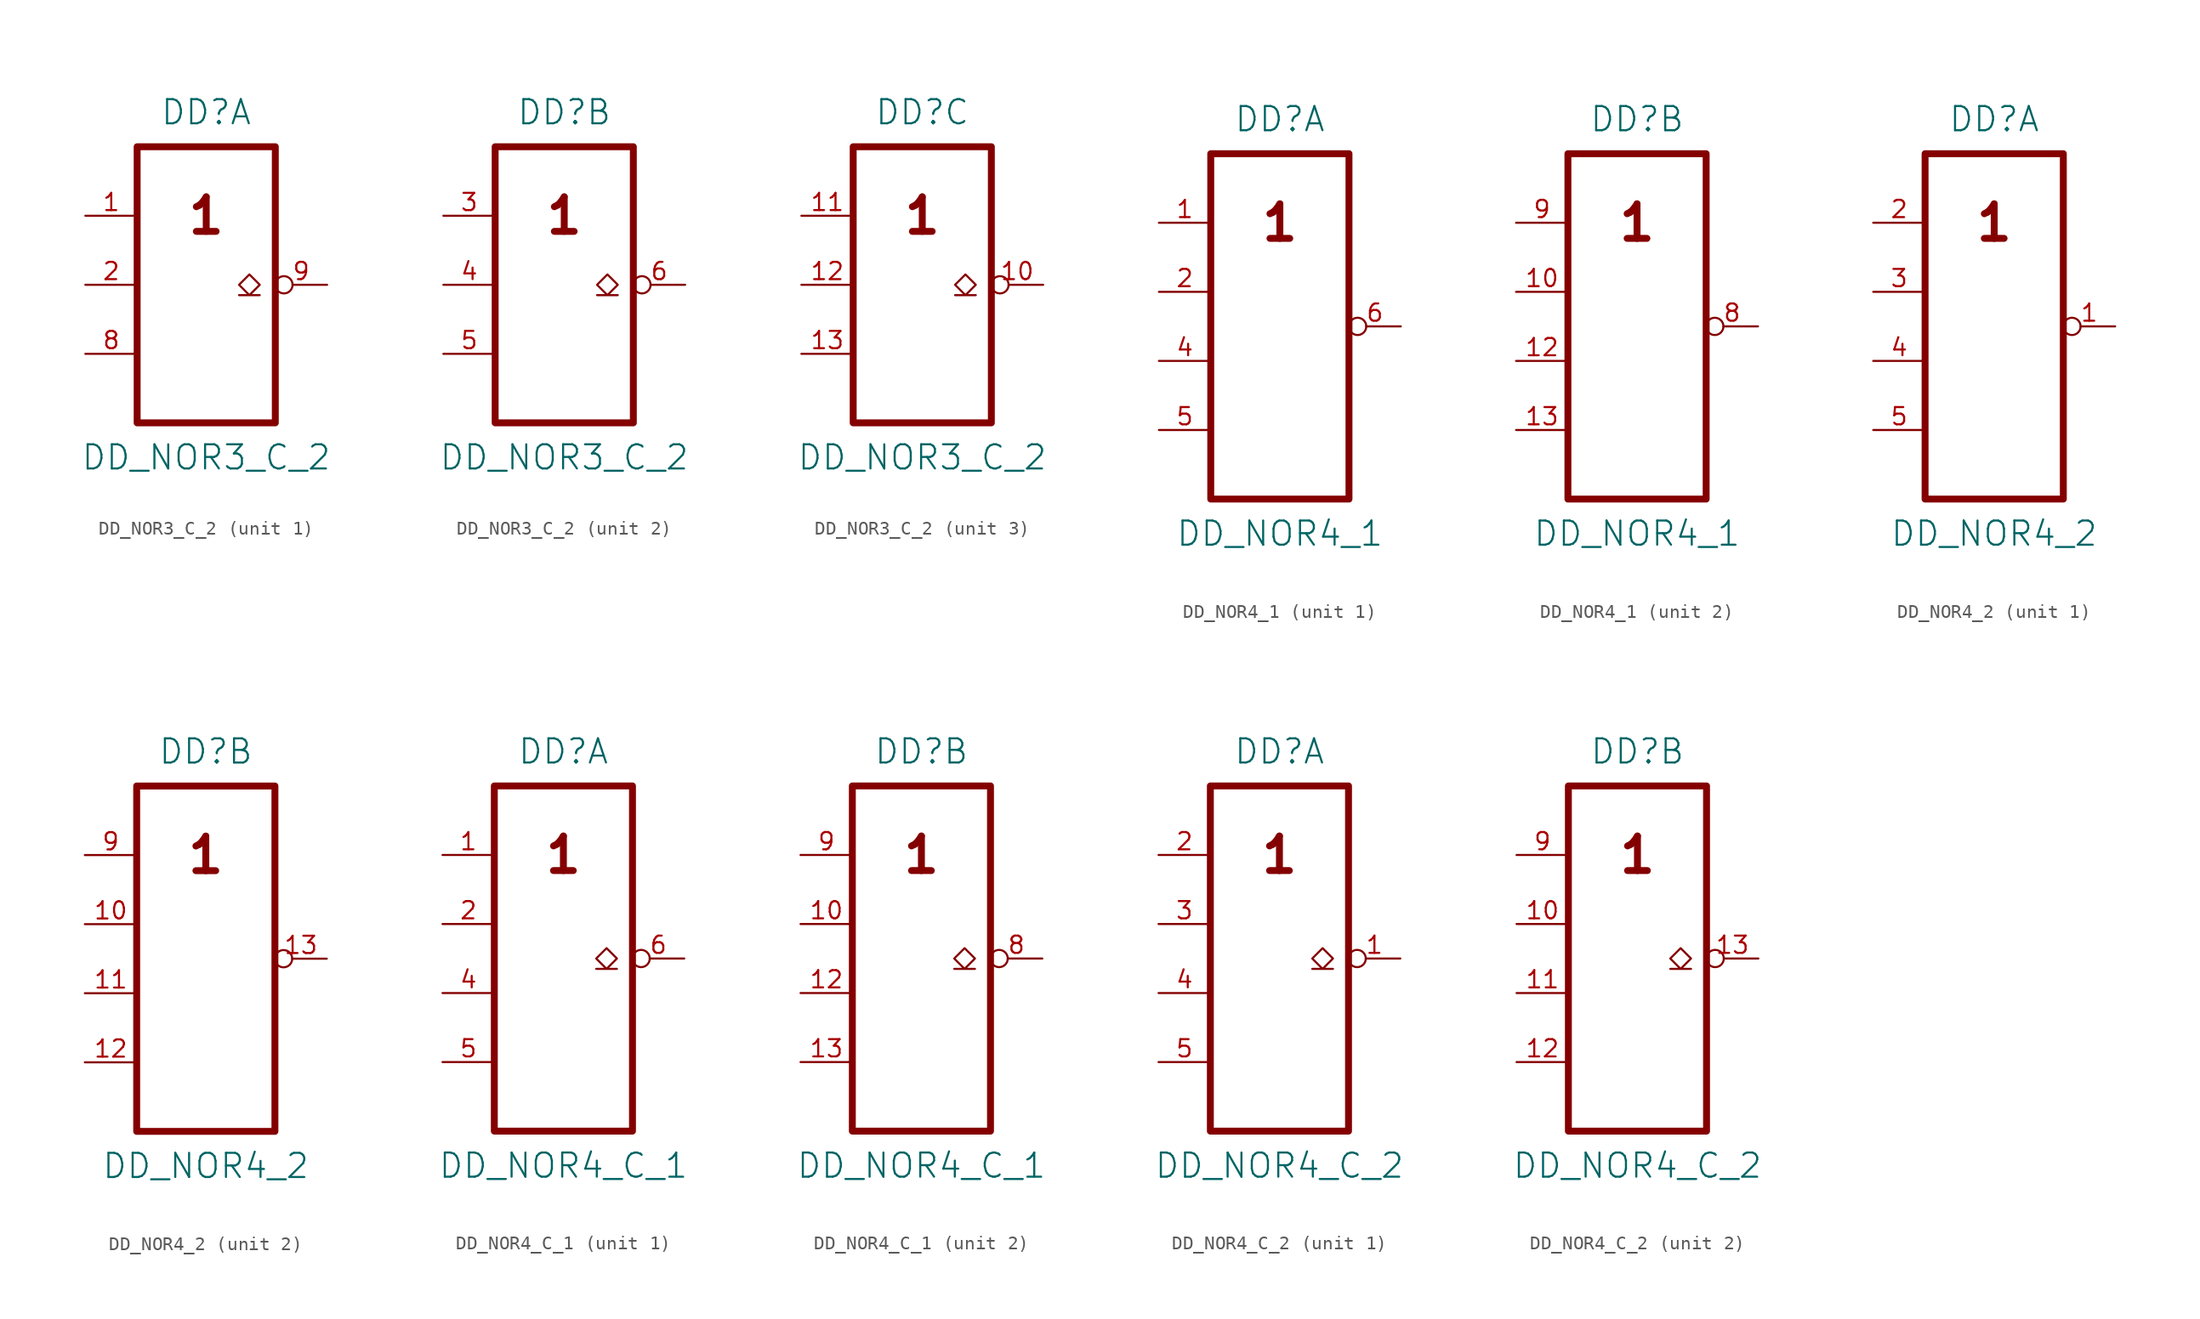
<source format=kicad_sym>
(kicad_symbol_lib
  (version 20211014)
  (generator kicad_symbol_editor)
  (symbol "DD_NOR3_C_2"
    (pin_names
      (offset 1.27))
    (property "Reference" "DD"
      (at 0 12.7 0)
      (effects (font (size 1.778 1.778))))
    (property "Value" "DD_NOR3_C_2"
      (at 0 -12.7 0)
      (effects (font (size 1.778 1.778))))
    (symbol "DD_NOR3_C_2_0_0"
      (text "1" (at 0 5.08 0) (effects (font (size 2.54 2.54) bold))))
    (symbol "DD_NOR3_C_2_0_1"
      (rectangle (start -5.08 10.16) (end 5.08 -10.16) (stroke (width 0.508) (type default) (color 0 0 0 0)) (fill (type none)))
      (polyline (pts (xy 2.413 -0.762) (xy 3.175 -0.762) (xy 2.413 0) (xy 3.175 0.762) (xy 3.937 0) (xy 3.175 -0.762) (xy 3.937 -0.762)) (stroke (width 0) (type default) (color 0 0 0 0)) (fill (type none)))
      (pin power_in non_logic (at 8.89 7.62 180) (length 3.81) hide (name "VCC" (effects (font (size 1.27 1.27)))) (number "14" (effects (font (size 1.27 1.27)))))
      (pin power_in non_logic (at 8.89 -7.62 180) (length 3.81) hide (name "GND" (effects (font (size 1.27 1.27)))) (number "7" (effects (font (size 1.27 1.27))))))
    (symbol "DD_NOR3_C_2_1_1"
      (pin input line (at -8.89 5.08 0) (length 3.81) (name "~" (effects (font (size 1.778 1.778)))) (number "1" (effects (font (size 1.27 1.27)))))
      (pin input line (at -8.89 0 0) (length 3.81) (name "~" (effects (font (size 1.778 1.778)))) (number "2" (effects (font (size 1.27 1.27)))))
      (pin input line (at -8.89 -5.08 0) (length 3.81) (name "~" (effects (font (size 1.778 1.778)))) (number "8" (effects (font (size 1.27 1.27)))))
      (pin output inverted (at 8.89 0 180) (length 3.81) (name "~" (effects (font (size 1.778 1.778)))) (number "9" (effects (font (size 1.27 1.27))))))
    (symbol "DD_NOR3_C_2_2_1"
      (pin input line (at -8.89 5.08 0) (length 3.81) (name "~" (effects (font (size 1.778 1.778)))) (number "3" (effects (font (size 1.27 1.27)))))
      (pin input line (at -8.89 0 0) (length 3.81) (name "~" (effects (font (size 1.778 1.778)))) (number "4" (effects (font (size 1.27 1.27)))))
      (pin input line (at -8.89 -5.08 0) (length 3.81) (name "~" (effects (font (size 1.778 1.778)))) (number "5" (effects (font (size 1.27 1.27)))))
      (pin output inverted (at 8.89 0 180) (length 3.81) (name "~" (effects (font (size 1.778 1.778)))) (number "6" (effects (font (size 1.27 1.27))))))
    (symbol "DD_NOR3_C_2_3_1"
      (pin output inverted (at 8.89 0 180) (length 3.81) (name "~" (effects (font (size 1.778 1.778)))) (number "10" (effects (font (size 1.27 1.27)))))
      (pin input line (at -8.89 5.08 0) (length 3.81) (name "~" (effects (font (size 1.778 1.778)))) (number "11" (effects (font (size 1.27 1.27)))))
      (pin input line (at -8.89 0 0) (length 3.81) (name "~" (effects (font (size 1.778 1.778)))) (number "12" (effects (font (size 1.27 1.27)))))
      (pin input line (at -8.89 -5.08 0) (length 3.81) (name "~" (effects (font (size 1.778 1.778)))) (number "13" (effects (font (size 1.27 1.27)))))))
  (symbol "DD_NOR4_1"
    (pin_names
      (offset 1.27))
    (property "Reference" "DD"
      (at 0 15.24 0)
      (effects (font (size 1.778 1.778))))
    (property "Value" "DD_NOR4_1"
      (at 0 -15.24 0)
      (effects (font (size 1.778 1.778))))
    (symbol "DD_NOR4_1_0_0"
      (text "1" (at 0 7.62 0) (effects (font (size 2.54 2.54) bold))))
    (symbol "DD_NOR4_1_0_1"
      (rectangle (start -5.08 12.7) (end 5.08 -12.7) (stroke (width 0.508) (type default) (color 0 0 0 0)) (fill (type none)))
      (pin power_in non_logic (at 8.89 10.16 180) (length 3.81) hide (name "VCC" (effects (font (size 1.27 1.27)))) (number "14" (effects (font (size 1.27 1.27)))))
      (pin power_in non_logic (at 8.89 -10.16 180) (length 3.81) hide (name "GND" (effects (font (size 1.27 1.27)))) (number "7" (effects (font (size 1.27 1.27))))))
    (symbol "DD_NOR4_1_1_1"
      (pin input line (at -8.89 7.62 0) (length 3.81) (name "~" (effects (font (size 1.778 1.778)))) (number "1" (effects (font (size 1.27 1.27)))))
      (pin input line (at -8.89 2.54 0) (length 3.81) (name "~" (effects (font (size 1.778 1.778)))) (number "2" (effects (font (size 1.27 1.27)))))
      (pin input line (at -8.89 -2.54 0) (length 3.81) (name "~" (effects (font (size 1.778 1.778)))) (number "4" (effects (font (size 1.27 1.27)))))
      (pin input line (at -8.89 -7.62 0) (length 3.81) (name "~" (effects (font (size 1.778 1.778)))) (number "5" (effects (font (size 1.27 1.27)))))
      (pin output inverted (at 8.89 0 180) (length 3.81) (name "~" (effects (font (size 1.778 1.778)))) (number "6" (effects (font (size 1.27 1.27))))))
    (symbol "DD_NOR4_1_2_1"
      (pin input line (at -8.89 2.54 0) (length 3.81) (name "~" (effects (font (size 1.778 1.778)))) (number "10" (effects (font (size 1.27 1.27)))))
      (pin input line (at -8.89 -2.54 0) (length 3.81) (name "~" (effects (font (size 1.778 1.778)))) (number "12" (effects (font (size 1.27 1.27)))))
      (pin input line (at -8.89 -7.62 0) (length 3.81) (name "~" (effects (font (size 1.778 1.778)))) (number "13" (effects (font (size 1.27 1.27)))))
      (pin output inverted (at 8.89 0 180) (length 3.81) (name "~" (effects (font (size 1.778 1.778)))) (number "8" (effects (font (size 1.27 1.27)))))
      (pin input line (at -8.89 7.62 0) (length 3.81) (name "~" (effects (font (size 1.778 1.778)))) (number "9" (effects (font (size 1.27 1.27)))))))
  (symbol "DD_NOR4_2"
    (pin_names
      (offset 1.27))
    (property "Reference" "DD"
      (at 0 15.24 0)
      (effects (font (size 1.778 1.778))))
    (property "Value" "DD_NOR4_2"
      (at 0 -15.24 0)
      (effects (font (size 1.778 1.778))))
    (symbol "DD_NOR4_2_0_0"
      (text "1" (at 0 7.62 0) (effects (font (size 2.54 2.54) bold))))
    (symbol "DD_NOR4_2_0_1"
      (rectangle (start -5.08 12.7) (end 5.08 -12.7) (stroke (width 0.508) (type default) (color 0 0 0 0)) (fill (type none)))
      (pin power_in non_logic (at 8.89 10.16 180) (length 3.81) hide (name "VCC" (effects (font (size 1.27 1.27)))) (number "14" (effects (font (size 1.27 1.27)))))
      (pin power_in non_logic (at 8.89 -10.16 180) (length 3.81) hide (name "GND" (effects (font (size 1.27 1.27)))) (number "7" (effects (font (size 1.27 1.27))))))
    (symbol "DD_NOR4_2_1_1"
      (pin output inverted (at 8.89 0 180) (length 3.81) (name "~" (effects (font (size 1.778 1.778)))) (number "1" (effects (font (size 1.27 1.27)))))
      (pin input line (at -8.89 7.62 0) (length 3.81) (name "~" (effects (font (size 1.778 1.778)))) (number "2" (effects (font (size 1.27 1.27)))))
      (pin input line (at -8.89 2.54 0) (length 3.81) (name "~" (effects (font (size 1.778 1.778)))) (number "3" (effects (font (size 1.27 1.27)))))
      (pin input line (at -8.89 -2.54 0) (length 3.81) (name "~" (effects (font (size 1.778 1.778)))) (number "4" (effects (font (size 1.27 1.27)))))
      (pin input line (at -8.89 -7.62 0) (length 3.81) (name "~" (effects (font (size 1.778 1.778)))) (number "5" (effects (font (size 1.27 1.27))))))
    (symbol "DD_NOR4_2_2_1"
      (pin input line (at -8.89 2.54 0) (length 3.81) (name "~" (effects (font (size 1.778 1.778)))) (number "10" (effects (font (size 1.27 1.27)))))
      (pin input line (at -8.89 -2.54 0) (length 3.81) (name "~" (effects (font (size 1.778 1.778)))) (number "11" (effects (font (size 1.27 1.27)))))
      (pin input line (at -8.89 -7.62 0) (length 3.81) (name "~" (effects (font (size 1.778 1.778)))) (number "12" (effects (font (size 1.27 1.27)))))
      (pin output inverted (at 8.89 0 180) (length 3.81) (name "~" (effects (font (size 1.778 1.778)))) (number "13" (effects (font (size 1.27 1.27)))))
      (pin input line (at -8.89 7.62 0) (length 3.81) (name "~" (effects (font (size 1.778 1.778)))) (number "9" (effects (font (size 1.27 1.27)))))))
  (symbol "DD_NOR4_C_1"
    (pin_names
      (offset 1.27))
    (property "Reference" "DD"
      (at 0 15.24 0)
      (effects (font (size 1.778 1.778))))
    (property "Value" "DD_NOR4_C_1"
      (at 0 -15.24 0)
      (effects (font (size 1.778 1.778))))
    (symbol "DD_NOR4_C_1_0_0"
      (text "1" (at 0 7.62 0) (effects (font (size 2.54 2.54) bold))))
    (symbol "DD_NOR4_C_1_0_1"
      (rectangle (start -5.08 12.7) (end 5.08 -12.7) (stroke (width 0.508) (type default) (color 0 0 0 0)) (fill (type none)))
      (polyline (pts (xy 2.413 -0.762) (xy 3.175 -0.762) (xy 2.413 0) (xy 3.175 0.762) (xy 3.937 0) (xy 3.175 -0.762) (xy 3.937 -0.762)) (stroke (width 0) (type default) (color 0 0 0 0)) (fill (type none)))
      (pin power_in non_logic (at 8.89 10.16 180) (length 3.81) hide (name "VCC" (effects (font (size 1.27 1.27)))) (number "14" (effects (font (size 1.27 1.27)))))
      (pin power_in non_logic (at 8.89 -10.16 180) (length 3.81) hide (name "GND" (effects (font (size 1.27 1.27)))) (number "7" (effects (font (size 1.27 1.27))))))
    (symbol "DD_NOR4_C_1_1_1"
      (pin input line (at -8.89 7.62 0) (length 3.81) (name "~" (effects (font (size 1.778 1.778)))) (number "1" (effects (font (size 1.27 1.27)))))
      (pin input line (at -8.89 2.54 0) (length 3.81) (name "~" (effects (font (size 1.778 1.778)))) (number "2" (effects (font (size 1.27 1.27)))))
      (pin input line (at -8.89 -2.54 0) (length 3.81) (name "~" (effects (font (size 1.778 1.778)))) (number "4" (effects (font (size 1.27 1.27)))))
      (pin input line (at -8.89 -7.62 0) (length 3.81) (name "~" (effects (font (size 1.778 1.778)))) (number "5" (effects (font (size 1.27 1.27)))))
      (pin output inverted (at 8.89 0 180) (length 3.81) (name "~" (effects (font (size 1.778 1.778)))) (number "6" (effects (font (size 1.27 1.27))))))
    (symbol "DD_NOR4_C_1_2_1"
      (pin input line (at -8.89 2.54 0) (length 3.81) (name "~" (effects (font (size 1.778 1.778)))) (number "10" (effects (font (size 1.27 1.27)))))
      (pin input line (at -8.89 -2.54 0) (length 3.81) (name "~" (effects (font (size 1.778 1.778)))) (number "12" (effects (font (size 1.27 1.27)))))
      (pin input line (at -8.89 -7.62 0) (length 3.81) (name "~" (effects (font (size 1.778 1.778)))) (number "13" (effects (font (size 1.27 1.27)))))
      (pin output inverted (at 8.89 0 180) (length 3.81) (name "~" (effects (font (size 1.778 1.778)))) (number "8" (effects (font (size 1.27 1.27)))))
      (pin input line (at -8.89 7.62 0) (length 3.81) (name "~" (effects (font (size 1.778 1.778)))) (number "9" (effects (font (size 1.27 1.27)))))))
  (symbol "DD_NOR4_C_2"
    (pin_names
      (offset 1.27))
    (property "Reference" "DD"
      (at 0 15.24 0)
      (effects (font (size 1.778 1.778))))
    (property "Value" "DD_NOR4_C_2"
      (at 0 -15.24 0)
      (effects (font (size 1.778 1.778))))
    (symbol "DD_NOR4_C_2_0_0"
      (text "1" (at 0 7.62 0) (effects (font (size 2.54 2.54) bold))))
    (symbol "DD_NOR4_C_2_0_1"
      (rectangle (start -5.08 12.7) (end 5.08 -12.7) (stroke (width 0.508) (type default) (color 0 0 0 0)) (fill (type none)))
      (polyline (pts (xy 2.413 -0.762) (xy 3.175 -0.762) (xy 2.413 0) (xy 3.175 0.762) (xy 3.937 0) (xy 3.175 -0.762) (xy 3.937 -0.762)) (stroke (width 0) (type default) (color 0 0 0 0)) (fill (type none)))
      (pin power_in non_logic (at 8.89 10.16 180) (length 3.81) hide (name "VCC" (effects (font (size 1.27 1.27)))) (number "14" (effects (font (size 1.27 1.27)))))
      (pin power_in non_logic (at 8.89 -10.16 180) (length 3.81) hide (name "GND" (effects (font (size 1.27 1.27)))) (number "7" (effects (font (size 1.27 1.27))))))
    (symbol "DD_NOR4_C_2_1_1"
      (pin output inverted (at 8.89 0 180) (length 3.81) (name "~" (effects (font (size 1.778 1.778)))) (number "1" (effects (font (size 1.27 1.27)))))
      (pin input line (at -8.89 7.62 0) (length 3.81) (name "~" (effects (font (size 1.778 1.778)))) (number "2" (effects (font (size 1.27 1.27)))))
      (pin input line (at -8.89 2.54 0) (length 3.81) (name "~" (effects (font (size 1.778 1.778)))) (number "3" (effects (font (size 1.27 1.27)))))
      (pin input line (at -8.89 -2.54 0) (length 3.81) (name "~" (effects (font (size 1.778 1.778)))) (number "4" (effects (font (size 1.27 1.27)))))
      (pin input line (at -8.89 -7.62 0) (length 3.81) (name "~" (effects (font (size 1.778 1.778)))) (number "5" (effects (font (size 1.27 1.27))))))
    (symbol "DD_NOR4_C_2_2_1"
      (pin input line (at -8.89 2.54 0) (length 3.81) (name "~" (effects (font (size 1.778 1.778)))) (number "10" (effects (font (size 1.27 1.27)))))
      (pin input line (at -8.89 -2.54 0) (length 3.81) (name "~" (effects (font (size 1.778 1.778)))) (number "11" (effects (font (size 1.27 1.27)))))
      (pin input line (at -8.89 -7.62 0) (length 3.81) (name "~" (effects (font (size 1.778 1.778)))) (number "12" (effects (font (size 1.27 1.27)))))
      (pin output inverted (at 8.89 0 180) (length 3.81) (name "~" (effects (font (size 1.778 1.778)))) (number "13" (effects (font (size 1.27 1.27)))))
      (pin input line (at -8.89 7.62 0) (length 3.81) (name "~" (effects (font (size 1.778 1.778)))) (number "9" (effects (font (size 1.27 1.27))))))))
</source>
